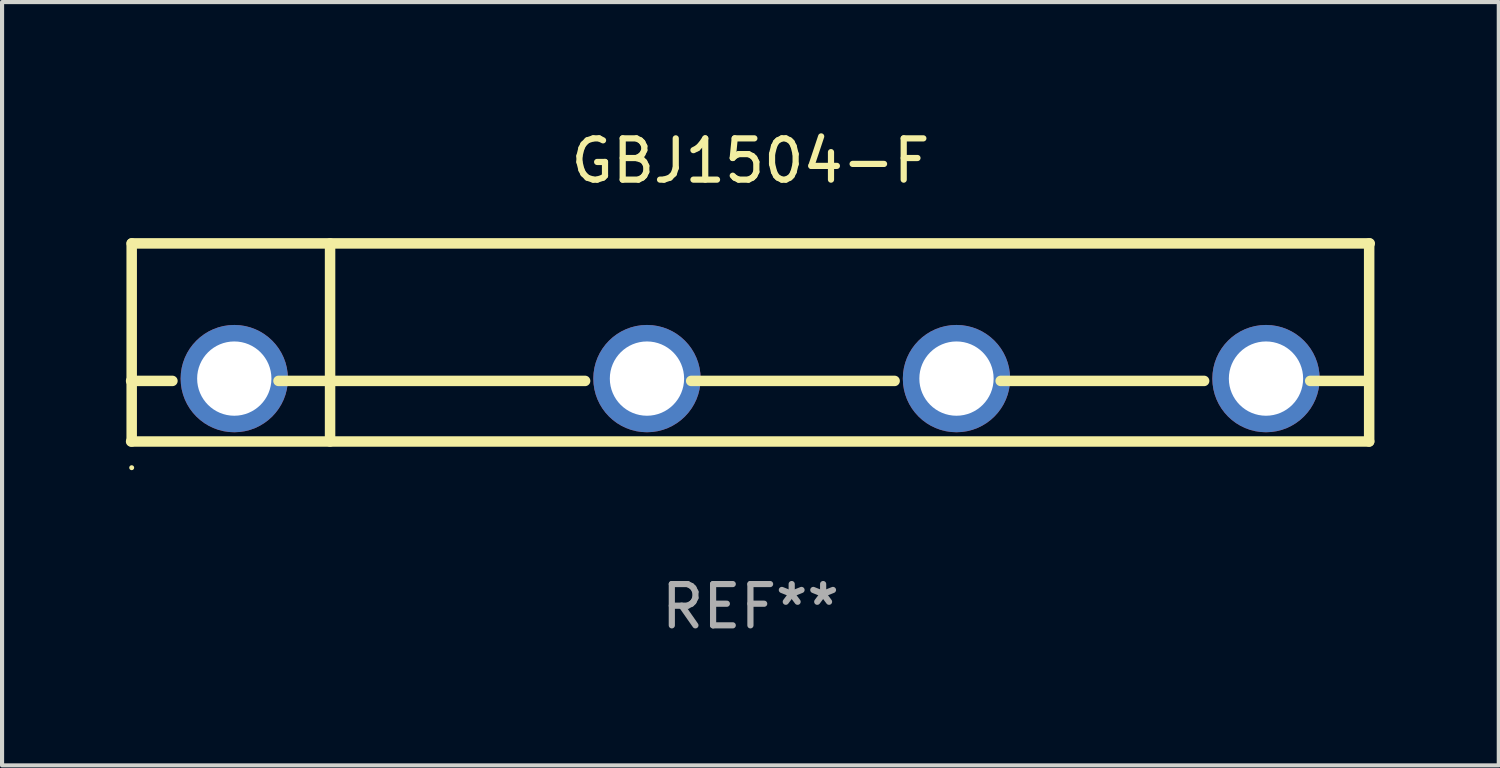
<source format=kicad_pcb>
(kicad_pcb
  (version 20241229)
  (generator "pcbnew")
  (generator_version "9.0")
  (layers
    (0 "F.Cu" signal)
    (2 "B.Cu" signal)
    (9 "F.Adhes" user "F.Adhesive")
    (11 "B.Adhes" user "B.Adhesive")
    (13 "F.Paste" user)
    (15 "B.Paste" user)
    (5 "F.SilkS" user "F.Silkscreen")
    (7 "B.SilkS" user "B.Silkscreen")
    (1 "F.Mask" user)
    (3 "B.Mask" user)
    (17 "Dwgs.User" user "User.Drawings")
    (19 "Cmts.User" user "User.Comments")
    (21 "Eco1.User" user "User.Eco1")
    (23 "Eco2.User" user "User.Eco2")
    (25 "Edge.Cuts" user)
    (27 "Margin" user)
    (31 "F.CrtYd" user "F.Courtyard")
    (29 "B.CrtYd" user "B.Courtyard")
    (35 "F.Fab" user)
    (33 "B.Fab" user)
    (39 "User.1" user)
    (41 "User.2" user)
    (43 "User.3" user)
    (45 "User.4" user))
  (footprint "GBJ1504-F"
    (layer "F.Cu")
    (at 15.134 5.248)
    (property "Reference" "GBJ1504-F" (at 0 -4.4 0) (layer "F.SilkS") (effects (font (size 1 1) (thickness 0.15))))
    (attr through_hole)
    (fp_line (start -15.007 0.932) (end -14.006 0.932) (stroke (width 0.254) (type solid)) (layer "F.SilkS"))
    (fp_line (start -15.007 2.4) (end 14.993 2.4) (stroke (width 0.254) (type solid)) (layer "F.SilkS"))
    (fp_line (start -14.993 -2.4) (end -14.993 2.4) (stroke (width 0.254) (type solid)) (layer "F.SilkS"))
    (fp_line (start -14.993 -2.4) (end 15.007 -2.4) (stroke (width 0.254) (type solid)) (layer "F.SilkS"))
    (fp_line (start -11.436 0.932) (end -4.006 0.932) (stroke (width 0.254) (type solid)) (layer "F.SilkS"))
    (fp_line (start -10.186 -2.4) (end -10.186 2.4) (stroke (width 0.254) (type solid)) (layer "F.SilkS"))
    (fp_line (start -1.436 0.932) (end 3.494 0.932) (stroke (width 0.254) (type solid)) (layer "F.SilkS"))
    (fp_line (start 6.064 0.932) (end 10.994 0.932) (stroke (width 0.254) (type solid)) (layer "F.SilkS"))
    (fp_line (start 13.564 0.932) (end 14.979 0.932) (stroke (width 0.254) (type solid)) (layer "F.SilkS"))
    (fp_line (start 14.993 -2.4) (end 14.993 2.4) (stroke (width 0.254) (type solid)) (layer "F.SilkS"))
    (fp_circle (center -14.993 3.035) (end -14.963 3.035) (stroke (width 0.06) (type solid)) (fill no) (layer "F.SilkS"))
    (fp_text user "+" (at -13.468 -0.656 0) (layer "B.Mask") (effects (font (size 1 1) (thickness 0.15))))
    (fp_text user "&#126;" (at 3.931 -0.574 0) (layer "B.Mask") (effects (font (size 1 1) (thickness 0.15))))
    (fp_text user "&#126;" (at -3.308 -0.701 0) (layer "B.Mask") (effects (font (size 1 1) (thickness 0.15))))
    (fp_text user "-" (at 11.169 -0.648 0) (layer "B.Mask") (effects (font (size 1 1) (thickness 0.15))))
    (fp_text user "REF**" (at 0 6.4 0) (layer "F.Fab") (effects (font (size 1 1) (thickness 0.15))))
    (pad "1" thru_hole circle (at -12.507 0.876) (size 2.6 2.6) (drill 1.8) (layers "*.Cu" "*.Mask"))
    (pad "2" thru_hole circle (at -2.507 0.876) (size 2.6 2.6) (drill 1.8) (layers "*.Cu" "*.Mask"))
    (pad "3" thru_hole circle (at 4.993 0.876) (size 2.6 2.6) (drill 1.8) (layers "*.Cu" "*.Mask"))
    (pad "4" thru_hole circle (at 12.493 0.876) (size 2.6 2.6) (drill 1.8) (layers "*.Cu" "*.Mask")))
  (gr_rect
    (start -3 -3)
    (end 33.268 15.496)
    (stroke (width 0.1) (type default))
    (fill no)
    (layer "Edge.Cuts")))
</source>
